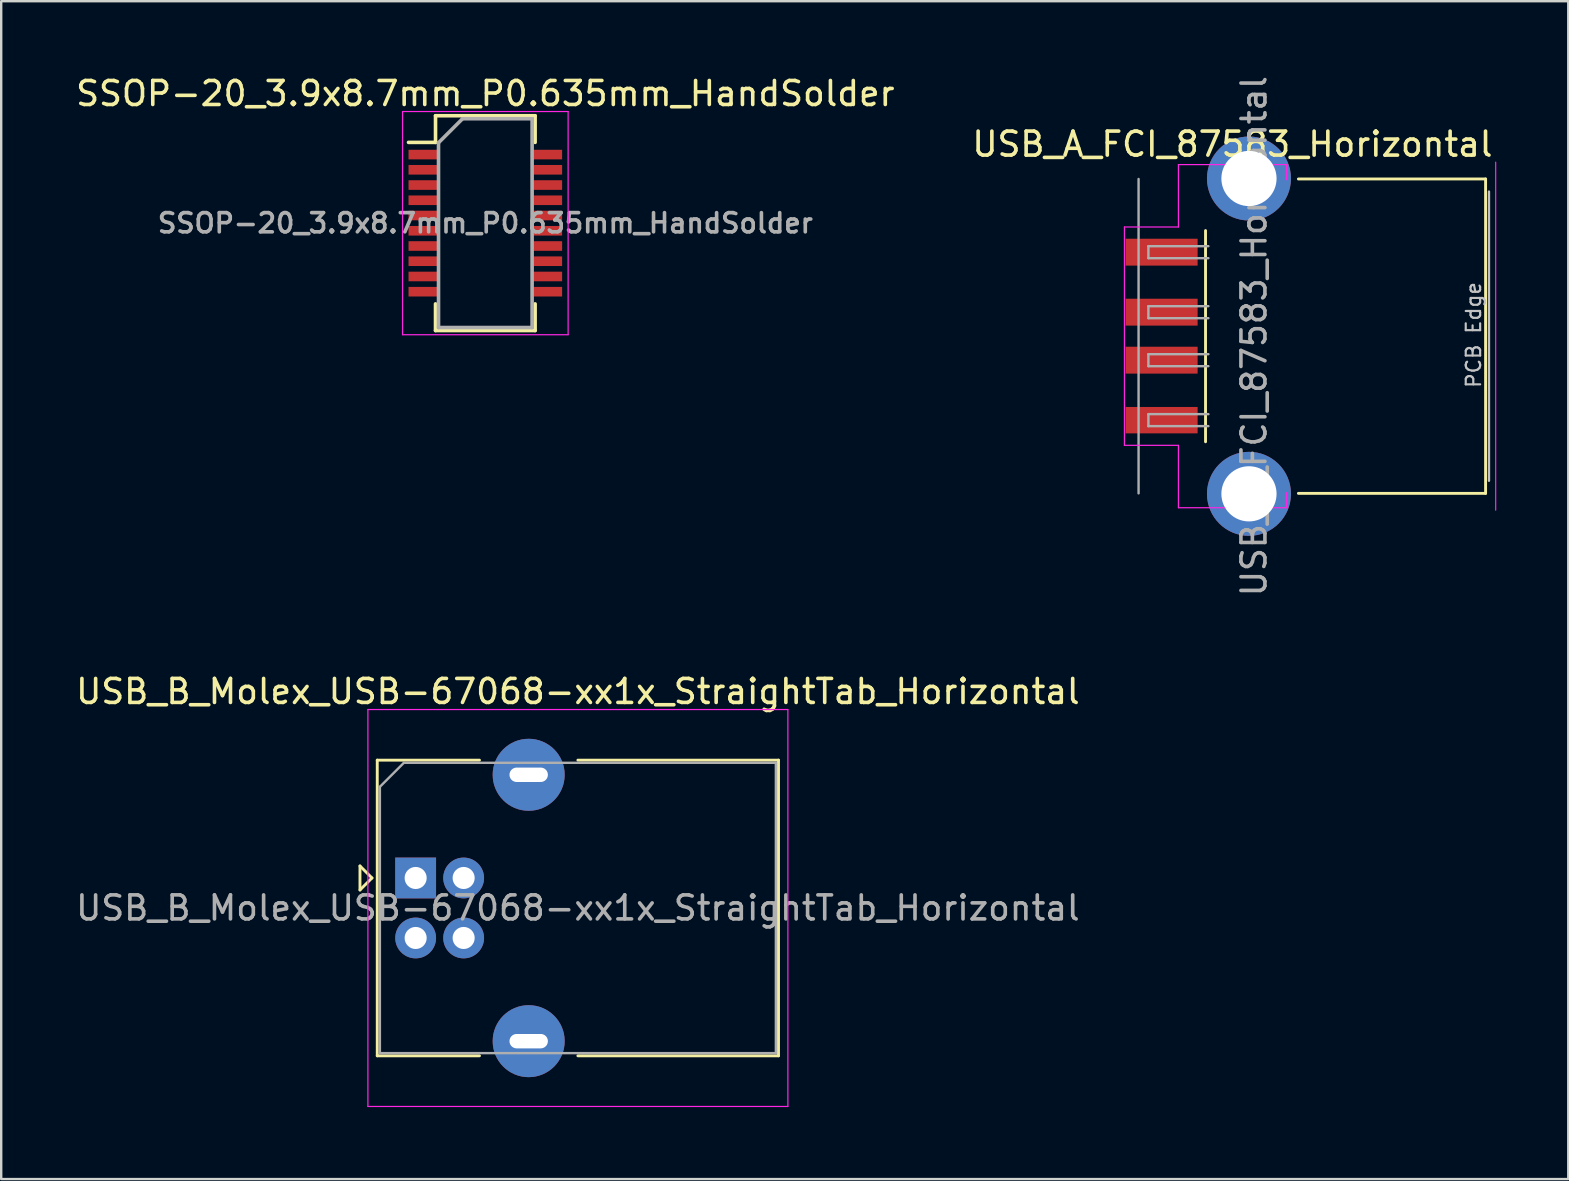
<source format=kicad_pcb>
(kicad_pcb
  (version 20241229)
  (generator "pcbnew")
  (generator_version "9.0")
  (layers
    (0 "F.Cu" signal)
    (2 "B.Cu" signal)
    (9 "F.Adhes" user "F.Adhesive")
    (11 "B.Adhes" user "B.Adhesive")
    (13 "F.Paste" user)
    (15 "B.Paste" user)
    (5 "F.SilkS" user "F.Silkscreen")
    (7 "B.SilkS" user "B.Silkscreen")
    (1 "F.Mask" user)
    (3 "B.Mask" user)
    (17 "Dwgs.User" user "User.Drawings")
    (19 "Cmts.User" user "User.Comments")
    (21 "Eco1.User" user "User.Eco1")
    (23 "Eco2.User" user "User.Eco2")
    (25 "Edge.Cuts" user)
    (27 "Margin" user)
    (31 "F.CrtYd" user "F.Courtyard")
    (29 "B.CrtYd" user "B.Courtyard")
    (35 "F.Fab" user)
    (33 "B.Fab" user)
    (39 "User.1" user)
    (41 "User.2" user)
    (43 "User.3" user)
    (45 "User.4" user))
  (footprint "USB_A_FCI_87583_Horizontal"
    (layer "F.Cu")
    (at 46.854 10.958)
    (property "Reference" "USB_A_FCI_87583_Horizontal" (at 1.45 -8 0) (layer "F.SilkS") (effects (font (size 1 1) (thickness 0.15))))
    (attr smd)
    (fp_line (start 0.33 -4.4) (end 0.33 4.4) (stroke (width 0.12) (type solid)) (layer "F.SilkS"))
    (fp_line (start 4.2 -6.55) (end 12 -6.55) (stroke (width 0.12) (type solid)) (layer "F.SilkS"))
    (fp_line (start 4.2 6.55) (end 12 6.55) (stroke (width 0.12) (type solid)) (layer "F.SilkS"))
    (fp_line (start 12 -6.55) (end 12 6.55) (stroke (width 0.12) (type solid)) (layer "F.SilkS"))
    (fp_line (start 12.14 6.025) (end 12.14 -6.025) (stroke (width 0.1) (type solid)) (layer "Dwgs.User"))
    (fp_line (start -3.05 -4.55) (end -0.8 -4.55) (stroke (width 0.05) (type solid)) (layer "F.CrtYd"))
    (fp_line (start -3.05 4.55) (end -3.05 -4.55) (stroke (width 0.05) (type solid)) (layer "F.CrtYd"))
    (fp_line (start -3.05 4.55) (end -0.8 4.55) (stroke (width 0.05) (type solid)) (layer "F.CrtYd"))
    (fp_line (start -0.8 -7.15) (end -0.8 -4.55) (stroke (width 0.05) (type solid)) (layer "F.CrtYd"))
    (fp_line (start -0.8 -7.15) (end 3.7 -7.15) (stroke (width 0.05) (type solid)) (layer "F.CrtYd"))
    (fp_line (start -0.8 4.55) (end -0.8 7.15) (stroke (width 0.05) (type solid)) (layer "F.CrtYd"))
    (fp_line (start -0.8 7.15) (end 3.7 7.15) (stroke (width 0.05) (type solid)) (layer "F.CrtYd"))
    (fp_line (start 3.7 -6.52) (end 3.7 -7.15) (stroke (width 0.05) (type solid)) (layer "F.CrtYd"))
    (fp_line (start 3.7 7.15) (end 3.7 6.52) (stroke (width 0.05) (type solid)) (layer "F.CrtYd"))
    (fp_line (start 12.42 7.25) (end 12.42 -7.25) (stroke (width 0.05) (type solid)) (layer "F.CrtYd"))
    (fp_line (start -2.46 6.55) (end -2.46 -6.55) (stroke (width 0.1) (type solid)) (layer "F.Fab"))
    (fp_line (start -2.05 -3.75) (end 0.45 -3.75) (stroke (width 0.1) (type solid)) (layer "F.Fab"))
    (fp_line (start -2.05 -3.25) (end -2.05 -3.75) (stroke (width 0.1) (type solid)) (layer "F.Fab"))
    (fp_line (start -2.05 -3.25) (end 0.45 -3.25) (stroke (width 0.1) (type solid)) (layer "F.Fab"))
    (fp_line (start -2.05 -1.25) (end 0.45 -1.25) (stroke (width 0.1) (type solid)) (layer "F.Fab"))
    (fp_line (start -2.05 -0.75) (end -2.05 -1.25) (stroke (width 0.1) (type solid)) (layer "F.Fab"))
    (fp_line (start -2.05 -0.75) (end 0.45 -0.75) (stroke (width 0.1) (type solid)) (layer "F.Fab"))
    (fp_line (start -2.05 0.75) (end 0.45 0.75) (stroke (width 0.1) (type solid)) (layer "F.Fab"))
    (fp_line (start -2.05 1.25) (end -2.05 0.75) (stroke (width 0.1) (type solid)) (layer "F.Fab"))
    (fp_line (start -2.05 1.25) (end 0.45 1.25) (stroke (width 0.1) (type solid)) (layer "F.Fab"))
    (fp_line (start -2.05 3.25) (end 0.45 3.25) (stroke (width 0.1) (type solid)) (layer "F.Fab"))
    (fp_line (start -2.05 3.75) (end -2.05 3.25) (stroke (width 0.1) (type solid)) (layer "F.Fab"))
    (fp_line (start -2.05 3.75) (end 0.45 3.75) (stroke (width 0.1) (type solid)) (layer "F.Fab"))
    (fp_text user "PCB Edge" (at 11.5 -0.05 90) (layer "Dwgs.User") (effects (font (size 0.6 0.6) (thickness 0.09))))
    (fp_text user "${REFERENCE}" (at 2.35 0 90) (layer "F.Fab") (effects (font (size 1 1) (thickness 0.15))))
    (pad "1" smd rect (at -1.5 -3.5) (size 3 1.12) (layers "F.Cu" "F.Mask" "F.Paste"))
    (pad "2" smd rect (at -1.5 -1) (size 3 1.12) (layers "F.Cu" "F.Mask" "F.Paste"))
    (pad "3" smd rect (at -1.5 1) (size 3 1.12) (layers "F.Cu" "F.Mask" "F.Paste"))
    (pad "4" smd rect (at -1.5 3.5) (size 3 1.1) (layers "F.Cu" "F.Mask" "F.Paste"))
    (pad "5" thru_hole circle (at 2.14 -6.57) (size 3.5 3.5) (drill 2.3) (layers "*.Cu" "*.Mask"))
    (pad "5" thru_hole circle (at 2.14 6.57) (size 3.5 3.5) (drill 2.3) (layers "*.Cu" "*.Mask")))
  (footprint "USB_B_Molex_USB-67068-xx1x_StraightTab_Horizontal"
    (layer "F.Cu")
    (at 14.27 33.535)
    (property "Reference" "USB_B_Molex_USB-67068-xx1x_StraightTab_Horizontal" (at 6.76 -7.77 0) (layer "F.SilkS") (effects (font (size 1 1) (thickness 0.15))))
    (attr through_hole)
    (fp_line (start -2.32 -0.5) (end -2.32 0.5) (stroke (width 0.12) (type solid)) (layer "F.SilkS"))
    (fp_line (start -2.32 0.5) (end -1.82 0) (stroke (width 0.12) (type solid)) (layer "F.SilkS"))
    (fp_line (start -1.82 0) (end -2.32 -0.5) (stroke (width 0.12) (type solid)) (layer "F.SilkS"))
    (fp_line (start -1.6 -4.91) (end -1.6 7.41) (stroke (width 0.12) (type solid)) (layer "F.SilkS"))
    (fp_line (start -1.6 7.41) (end 2.66 7.41) (stroke (width 0.12) (type solid)) (layer "F.SilkS"))
    (fp_line (start 2.66 -4.91) (end -1.6 -4.91) (stroke (width 0.12) (type solid)) (layer "F.SilkS"))
    (fp_line (start 6.76 -4.91) (end 15.12 -4.91) (stroke (width 0.12) (type solid)) (layer "F.SilkS"))
    (fp_line (start 15.12 -4.91) (end 15.12 7.41) (stroke (width 0.12) (type solid)) (layer "F.SilkS"))
    (fp_line (start 15.12 7.41) (end 6.76 7.41) (stroke (width 0.12) (type solid)) (layer "F.SilkS"))
    (fp_line (start -1.99 -7.02) (end -1.99 9.52) (stroke (width 0.05) (type solid)) (layer "F.CrtYd"))
    (fp_line (start -1.99 9.52) (end 15.51 9.52) (stroke (width 0.05) (type solid)) (layer "F.CrtYd"))
    (fp_line (start 15.51 -7.02) (end -1.99 -7.02) (stroke (width 0.05) (type solid)) (layer "F.CrtYd"))
    (fp_line (start 15.51 9.52) (end 15.51 -7.02) (stroke (width 0.05) (type solid)) (layer "F.CrtYd"))
    (fp_line (start -1.49 -3.8) (end -0.49 -4.8) (stroke (width 0.1) (type solid)) (layer "F.Fab"))
    (fp_line (start -1.49 7.3) (end -1.49 -3.8) (stroke (width 0.1) (type solid)) (layer "F.Fab"))
    (fp_line (start -0.49 -4.8) (end 15.01 -4.8) (stroke (width 0.1) (type solid)) (layer "F.Fab"))
    (fp_line (start 15.01 -4.8) (end 15.01 7.3) (stroke (width 0.1) (type solid)) (layer "F.Fab"))
    (fp_line (start 15.01 7.3) (end -1.49 7.3) (stroke (width 0.1) (type solid)) (layer "F.Fab"))
    (fp_text user "${REFERENCE}" (at 6.76 1.25 0) (layer "F.Fab") (effects (font (size 1 1) (thickness 0.15))))
    (pad "1" thru_hole rect (at 0 0) (size 1.7 1.7) (drill 0.92) (layers "*.Cu" "*.Mask"))
    (pad "2" thru_hole circle (at 0 2.5) (size 1.7 1.7) (drill 0.92) (layers "*.Cu" "*.Mask"))
    (pad "3" thru_hole circle (at 2 2.5) (size 1.7 1.7) (drill 0.92) (layers "*.Cu" "*.Mask"))
    (pad "4" thru_hole circle (at 2 0) (size 1.7 1.7) (drill 0.92) (layers "*.Cu" "*.Mask"))
    (pad "5" thru_hole circle (at 4.71 -4.3) (size 3 3) (drill oval 1.6 0.6) (layers "*.Cu" "*.Mask"))
    (pad "5" thru_hole circle (at 4.71 6.8) (size 3 3) (drill oval 1.6 0.6) (layers "*.Cu" "*.Mask")))
  (footprint "SSOP-20_3.9x8.7mm_P0.635mm_HandSolder"
    (layer "F.Cu")
    (at 17.173 6.248)
    (property "Reference" "SSOP-20_3.9x8.7mm_P0.635mm_HandSolder" (at 0 -5.4 0) (layer "F.SilkS") (effects (font (size 1 1) (thickness 0.15))))
    (attr smd)
    (fp_line (start -2.075 -4.475) (end 2.075 -4.475) (stroke (width 0.15) (type solid)) (layer "F.SilkS"))
    (fp_line (start -2.075 -3.365) (end -3.2 -3.365) (stroke (width 0.15) (type solid)) (layer "F.SilkS"))
    (fp_line (start -2.075 -3.365) (end -2.075 -4.475) (stroke (width 0.15) (type solid)) (layer "F.SilkS"))
    (fp_line (start -2.075 4.475) (end -2.075 3.365) (stroke (width 0.15) (type solid)) (layer "F.SilkS"))
    (fp_line (start -2.075 4.475) (end 2.075 4.475) (stroke (width 0.15) (type solid)) (layer "F.SilkS"))
    (fp_line (start 2.075 -4.475) (end 2.075 -3.365) (stroke (width 0.15) (type solid)) (layer "F.SilkS"))
    (fp_line (start 2.075 4.475) (end 2.075 3.365) (stroke (width 0.15) (type solid)) (layer "F.SilkS"))
    (fp_line (start -3.45 -4.65) (end -3.45 4.65) (stroke (width 0.05) (type solid)) (layer "F.CrtYd"))
    (fp_line (start -3.45 -4.65) (end 3.45 -4.65) (stroke (width 0.05) (type solid)) (layer "F.CrtYd"))
    (fp_line (start -3.45 4.65) (end 3.45 4.65) (stroke (width 0.05) (type solid)) (layer "F.CrtYd"))
    (fp_line (start 3.45 -4.65) (end 3.45 4.65) (stroke (width 0.05) (type solid)) (layer "F.CrtYd"))
    (fp_line (start -1.95 -3.35) (end -0.95 -4.35) (stroke (width 0.15) (type solid)) (layer "F.Fab"))
    (fp_line (start -1.95 4.35) (end -1.95 -3.35) (stroke (width 0.15) (type solid)) (layer "F.Fab"))
    (fp_line (start -0.95 -4.35) (end 1.95 -4.35) (stroke (width 0.15) (type solid)) (layer "F.Fab"))
    (fp_line (start 1.95 -4.35) (end 1.95 4.35) (stroke (width 0.15) (type solid)) (layer "F.Fab"))
    (fp_line (start 1.95 4.35) (end -1.95 4.35) (stroke (width 0.15) (type solid)) (layer "F.Fab"))
    (fp_text user "${REFERENCE}" (at 0 0 0) (layer "F.Fab") (effects (font (size 0.8 0.8) (thickness 0.15))))
    (pad "1" smd rect (at -2.6 -2.857) (size 1.2 0.4) (layers "F.Cu" "F.Mask" "F.Paste"))
    (pad "2" smd rect (at -2.6 -2.223) (size 1.2 0.4) (layers "F.Cu" "F.Mask" "F.Paste"))
    (pad "3" smd rect (at -2.6 -1.587) (size 1.2 0.4) (layers "F.Cu" "F.Mask" "F.Paste"))
    (pad "4" smd rect (at -2.6 -0.953) (size 1.2 0.4) (layers "F.Cu" "F.Mask" "F.Paste"))
    (pad "5" smd rect (at -2.6 -0.318) (size 1.2 0.4) (layers "F.Cu" "F.Mask" "F.Paste"))
    (pad "6" smd rect (at -2.6 0.318) (size 1.2 0.4) (layers "F.Cu" "F.Mask" "F.Paste"))
    (pad "7" smd rect (at -2.6 0.953) (size 1.2 0.4) (layers "F.Cu" "F.Mask" "F.Paste"))
    (pad "8" smd rect (at -2.6 1.587) (size 1.2 0.4) (layers "F.Cu" "F.Mask" "F.Paste"))
    (pad "9" smd rect (at -2.6 2.223) (size 1.2 0.4) (layers "F.Cu" "F.Mask" "F.Paste"))
    (pad "10" smd rect (at -2.6 2.857) (size 1.2 0.4) (layers "F.Cu" "F.Mask" "F.Paste"))
    (pad "11" smd rect (at 2.6 2.857) (size 1.2 0.4) (layers "F.Cu" "F.Mask" "F.Paste"))
    (pad "12" smd rect (at 2.6 2.223) (size 1.2 0.4) (layers "F.Cu" "F.Mask" "F.Paste"))
    (pad "13" smd rect (at 2.6 1.587) (size 1.2 0.4) (layers "F.Cu" "F.Mask" "F.Paste"))
    (pad "14" smd rect (at 2.6 0.953) (size 1.2 0.4) (layers "F.Cu" "F.Mask" "F.Paste"))
    (pad "15" smd rect (at 2.6 0.318) (size 1.2 0.4) (layers "F.Cu" "F.Mask" "F.Paste"))
    (pad "16" smd rect (at 2.6 -0.318) (size 1.2 0.4) (layers "F.Cu" "F.Mask" "F.Paste"))
    (pad "17" smd rect (at 2.6 -0.953) (size 1.2 0.4) (layers "F.Cu" "F.Mask" "F.Paste"))
    (pad "18" smd rect (at 2.6 -1.587) (size 1.2 0.4) (layers "F.Cu" "F.Mask" "F.Paste"))
    (pad "19" smd rect (at 2.6 -2.223) (size 1.2 0.4) (layers "F.Cu" "F.Mask" "F.Paste"))
    (pad "20" smd rect (at 2.6 -2.857) (size 1.2 0.4) (layers "F.Cu" "F.Mask" "F.Paste")))
  (gr_rect
    (start -3 -3)
    (end 62.299 46.08)
    (stroke (width 0.1) (type default))
    (fill no)
    (layer "Edge.Cuts")))
</source>
